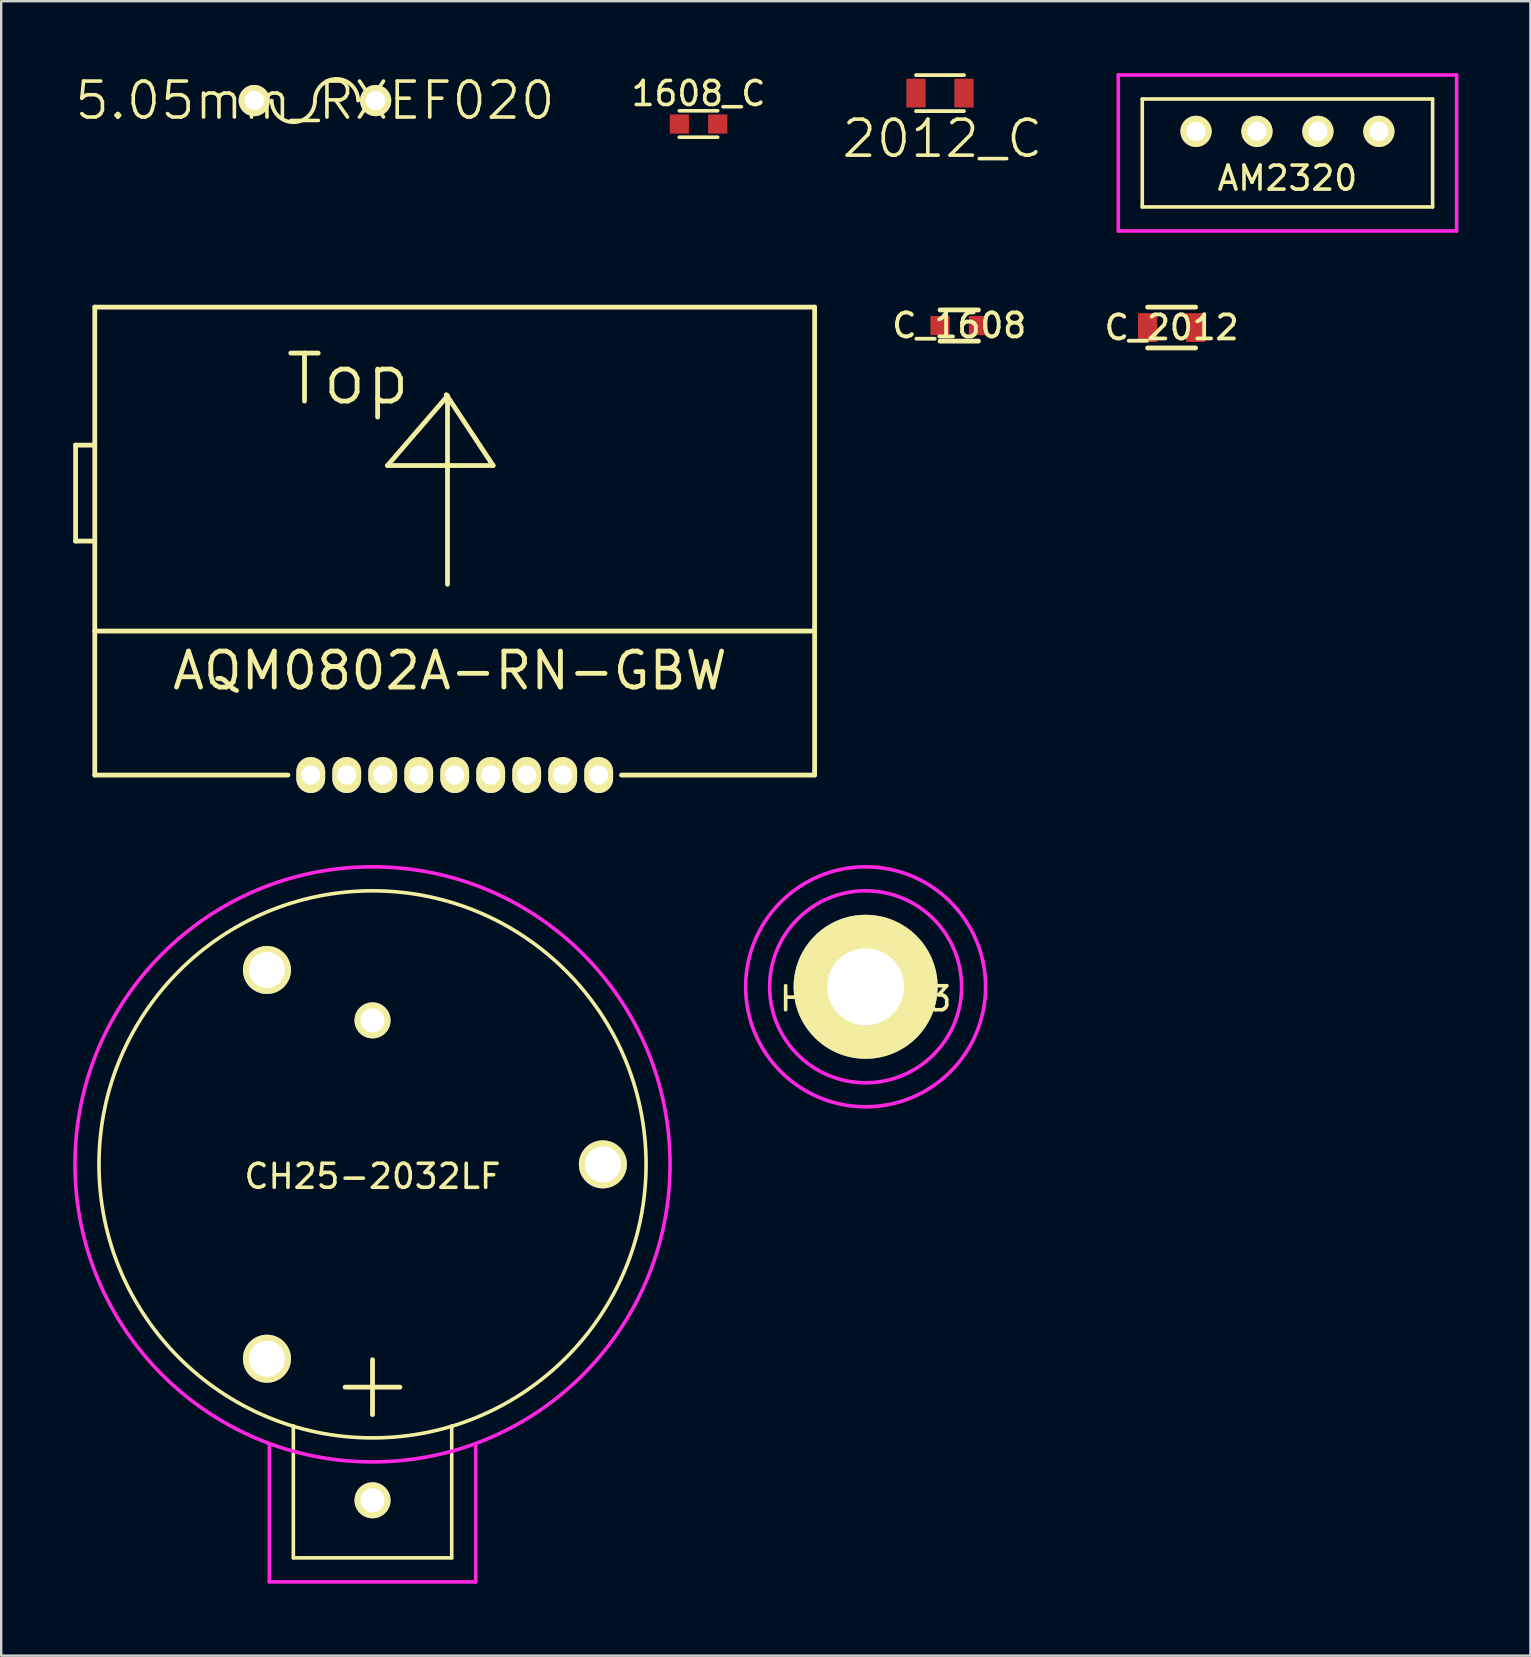
<source format=kicad_pcb>
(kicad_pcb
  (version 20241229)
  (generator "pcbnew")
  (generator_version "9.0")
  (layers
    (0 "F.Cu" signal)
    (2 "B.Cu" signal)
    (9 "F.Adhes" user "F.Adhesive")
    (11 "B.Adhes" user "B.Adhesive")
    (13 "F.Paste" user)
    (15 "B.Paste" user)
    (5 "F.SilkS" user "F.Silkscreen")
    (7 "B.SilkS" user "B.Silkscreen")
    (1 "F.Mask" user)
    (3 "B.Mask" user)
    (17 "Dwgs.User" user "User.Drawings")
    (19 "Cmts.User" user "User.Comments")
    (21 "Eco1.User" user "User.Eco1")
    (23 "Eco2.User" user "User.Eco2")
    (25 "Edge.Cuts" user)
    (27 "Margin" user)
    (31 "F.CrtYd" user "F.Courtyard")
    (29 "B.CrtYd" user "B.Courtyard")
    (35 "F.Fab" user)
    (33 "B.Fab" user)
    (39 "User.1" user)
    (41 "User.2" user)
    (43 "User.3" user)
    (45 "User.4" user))
  (footprint "2012_C"
    (layer "F.Cu")
    (at 36.125 0.83)
    (property "Reference" "2012_C" (at 0.1 1.9 0) (layer "F.SilkS") (effects (font (size 1.5 1.5) (thickness 0.15))))
    (attr through_hole)
    (fp_line (start -1 -0.75) (end 1 -0.75) (stroke (width 0.16) (type solid)) (layer "F.SilkS"))
    (fp_line (start -1 0.75) (end 1 0.75) (stroke (width 0.16) (type solid)) (layer "F.SilkS"))
    (pad "1" smd rect (at -1 0) (size 0.8 1.2) (layers "F.Cu" "F.Mask" "F.Paste"))
    (pad "2" smd rect (at 1 0) (size 0.8 1.2) (layers "F.Cu" "F.Mask" "F.Paste")))
  (footprint "HOLE-M3"
    (layer "F.Cu")
    (at 33.025 38.075)
    (property "Reference" "HOLE-M3" (at 0 0.5 0) (layer "F.SilkS") (effects (font (size 1 1) (thickness 0.15))))
    (attr through_hole)
    (fp_circle (center 0 0) (end 4 0) (stroke (width 0.15) (type solid)) (fill no) (layer "F.CrtYd"))
    (fp_circle (center 0 0) (end 5 0) (stroke (width 0.15) (type solid)) (fill no) (layer "F.CrtYd"))
    (pad "" np_thru_hole circle (at 0 0) (size 6 6) (drill 3.2) (layers "*.Cu" "*.Mask" "F.SilkS")))
  (footprint "CH25-2032LF"
    (layer "F.Cu")
    (at 12.475 45.475)
    (property "Reference" "CH25-2032LF" (at 0 0.5 0) (layer "F.SilkS") (effects (font (size 1 1) (thickness 0.15))))
    (attr through_hole)
    (fp_line (start -3.3 16.4) (end -3.3 10.9) (stroke (width 0.15) (type solid)) (layer "F.SilkS"))
    (fp_line (start -3.3 16.4) (end 3.3 16.4) (stroke (width 0.15) (type solid)) (layer "F.SilkS"))
    (fp_line (start 3.3 16.4) (end 3.3 10.9) (stroke (width 0.15) (type solid)) (layer "F.SilkS"))
    (fp_circle (center 0 0) (end 11.4 0) (stroke (width 0.15) (type solid)) (fill no) (layer "F.SilkS"))
    (fp_line (start -4.3 17.4) (end -4.3 11.65) (stroke (width 0.15) (type solid)) (layer "F.CrtYd"))
    (fp_line (start -4.3 17.4) (end 4.3 17.4) (stroke (width 0.15) (type solid)) (layer "F.CrtYd"))
    (fp_line (start 4.3 17.4) (end 4.3 11.65) (stroke (width 0.15) (type solid)) (layer "F.CrtYd"))
    (fp_circle (center 0 0) (end 12.4 0) (stroke (width 0.15) (type solid)) (fill no) (layer "F.CrtYd"))
    (fp_text user "+" (at 0 9.05 0) (layer "F.SilkS") (effects (font (size 3 3) (thickness 0.2))))
    (pad "" np_thru_hole circle (at -4.4 -8.1) (size 2 2) (drill 1.5) (layers "*.Cu" "*.Mask" "F.SilkS"))
    (pad "" np_thru_hole circle (at -4.4 8.1) (size 2 2) (drill 1.5) (layers "*.Cu" "*.Mask" "F.SilkS"))
    (pad "" np_thru_hole circle (at 9.6 0) (size 2 2) (drill 1.5) (layers "*.Cu" "*.Mask" "F.SilkS"))
    (pad "1" thru_hole circle (at 0 14) (size 1.5 1.5) (drill 1) (layers "*.Cu" "*.Mask" "F.SilkS"))
    (pad "2" thru_hole circle (at 0 -6) (size 1.5 1.5) (drill 1) (layers "*.Cu" "*.Mask" "F.SilkS")))
  (footprint "AM2320"
    (layer "F.Cu")
    (at 50.604 2.425)
    (property "Reference" "AM2320" (at 0 1.95 0) (layer "F.SilkS") (effects (font (size 1 1) (thickness 0.15))))
    (attr through_hole)
    (fp_line (start -6.05 -1.35) (end 6.05 -1.35) (stroke (width 0.15) (type solid)) (layer "F.SilkS"))
    (fp_line (start -6.05 3.15) (end -6.05 -1.35) (stroke (width 0.15) (type solid)) (layer "F.SilkS"))
    (fp_line (start 6.05 -1.35) (end 6.05 3.15) (stroke (width 0.15) (type solid)) (layer "F.SilkS"))
    (fp_line (start 6.05 3.15) (end -6.05 3.15) (stroke (width 0.15) (type solid)) (layer "F.SilkS"))
    (fp_line (start -7.05 -2.35) (end 7.05 -2.35) (stroke (width 0.15) (type solid)) (layer "F.CrtYd"))
    (fp_line (start -7.05 4.15) (end -7.05 -2.35) (stroke (width 0.15) (type solid)) (layer "F.CrtYd"))
    (fp_line (start 7.05 -2.35) (end 7.05 4.15) (stroke (width 0.15) (type solid)) (layer "F.CrtYd"))
    (fp_line (start 7.05 4.15) (end -7.05 4.15) (stroke (width 0.15) (type solid)) (layer "F.CrtYd"))
    (pad "1" thru_hole circle (at -3.81 0) (size 1.3 1.3) (drill 0.8) (layers "*.Cu" "*.Mask" "F.SilkS"))
    (pad "2" thru_hole circle (at -1.27 0) (size 1.3 1.3) (drill 0.8) (layers "*.Cu" "*.Mask" "F.SilkS"))
    (pad "3" thru_hole circle (at 1.27 0) (size 1.3 1.3) (drill 0.8) (layers "*.Cu" "*.Mask" "F.SilkS"))
    (pad "4" thru_hole circle (at 3.81 0) (size 1.3 1.3) (drill 0.8) (layers "*.Cu" "*.Mask" "F.SilkS")))
  (footprint "AQM0802A-RN-GBW"
    (layer "F.Cu")
    (at 0.9 29.25)
    (property "Reference" "AQM0802A-RN-GBW" (at 14.8 -4.35 0) (layer "F.SilkS") (effects (font (size 1.5 1.5) (thickness 0.2))))
    (attr through_hole)
    (fp_line (start -0.8 -13.75) (end 0 -13.75) (stroke (width 0.2) (type solid)) (layer "F.SilkS"))
    (fp_line (start -0.8 -9.75) (end -0.8 -13.75) (stroke (width 0.2) (type solid)) (layer "F.SilkS"))
    (fp_line (start 0 -19.5) (end 30 -19.5) (stroke (width 0.2) (type solid)) (layer "F.SilkS"))
    (fp_line (start 0 -9.75) (end -0.8 -9.75) (stroke (width 0.2) (type solid)) (layer "F.SilkS"))
    (fp_line (start 0 -6) (end 30 -6) (stroke (width 0.2) (type solid)) (layer "F.SilkS"))
    (fp_line (start 0 0) (end 0 -19.5) (stroke (width 0.2) (type solid)) (layer "F.SilkS"))
    (fp_line (start 0 0) (end 8.05 0) (stroke (width 0.2) (type solid)) (layer "F.SilkS"))
    (fp_line (start 12.2 -12.9) (end 16.6 -12.9) (stroke (width 0.2) (type solid)) (layer "F.SilkS"))
    (fp_line (start 14.7 -15.8) (end 12.2 -12.9) (stroke (width 0.2) (type solid)) (layer "F.SilkS"))
    (fp_line (start 14.7 -7.95) (end 14.7 -15.8) (stroke (width 0.2) (type solid)) (layer "F.SilkS"))
    (fp_line (start 16.6 -12.9) (end 14.65 -15.85) (stroke (width 0.2) (type solid)) (layer "F.SilkS"))
    (fp_line (start 30 -19.5) (end 30 0) (stroke (width 0.2) (type solid)) (layer "F.SilkS"))
    (fp_line (start 30 0) (end 21.95 0) (stroke (width 0.2) (type solid)) (layer "F.SilkS"))
    (fp_text user "Top" (at 10.55 -16.5 0) (layer "F.SilkS") (effects (font (size 2 2) (thickness 0.2))))
    (pad "1" thru_hole oval (at 9 0) (size 1.2 1.5) (drill 0.8) (layers "*.Cu" "*.Mask" "F.SilkS"))
    (pad "2" thru_hole oval (at 10.5 0) (size 1.2 1.5) (drill 0.8) (layers "*.Cu" "*.Mask" "F.SilkS"))
    (pad "3" thru_hole oval (at 12 0) (size 1.2 1.5) (drill 0.8) (layers "*.Cu" "*.Mask" "F.SilkS"))
    (pad "4" thru_hole oval (at 13.5 0) (size 1.2 1.5) (drill 0.8) (layers "*.Cu" "*.Mask" "F.SilkS"))
    (pad "5" thru_hole oval (at 15 0) (size 1.2 1.5) (drill 0.8) (layers "*.Cu" "*.Mask" "F.SilkS"))
    (pad "6" thru_hole oval (at 16.5 0) (size 1.2 1.5) (drill 0.8) (layers "*.Cu" "*.Mask" "F.SilkS"))
    (pad "7" thru_hole oval (at 18 0) (size 1.2 1.5) (drill 0.8) (layers "*.Cu" "*.Mask" "F.SilkS"))
    (pad "8" thru_hole oval (at 19.5 0) (size 1.2 1.5) (drill 0.8) (layers "*.Cu" "*.Mask" "F.SilkS"))
    (pad "9" thru_hole oval (at 21 0) (size 1.2 1.5) (drill 0.8) (layers "*.Cu" "*.Mask" "F.SilkS")))
  (footprint "C_2012"
    (layer "F.Cu")
    (at 45.777 10.6)
    (property "Reference" "C_2012" (at 0 0 0) (layer "F.SilkS") (effects (font (size 1 1) (thickness 0.16))))
    (attr through_hole)
    (fp_line (start -1 -0.85) (end 1 -0.85) (stroke (width 0.2) (type solid)) (layer "F.SilkS"))
    (fp_line (start -1 0.85) (end 1 0.85) (stroke (width 0.2) (type solid)) (layer "F.SilkS"))
    (pad "1" smd rect (at -1 0) (size 0.8 1.2) (layers "F.Cu" "F.Mask" "F.Paste"))
    (pad "2" smd rect (at 1 0) (size 0.8 1.2) (layers "F.Cu" "F.Mask" "F.Paste")))
  (footprint "C_1608"
    (layer "F.Cu")
    (at 36.926 10.516)
    (property "Reference" "C_1608" (at 0 0 0) (layer "F.SilkS") (effects (font (size 1 1) (thickness 0.16))))
    (attr through_hole)
    (fp_line (start -0.8 -0.65) (end 0.8 -0.65) (stroke (width 0.2) (type solid)) (layer "F.SilkS"))
    (fp_line (start -0.8 0.65) (end 0.8 0.65) (stroke (width 0.2) (type solid)) (layer "F.SilkS"))
    (pad "1" smd rect (at -0.8 0) (size 0.8 0.8) (layers "F.Cu" "F.Mask" "F.Paste"))
    (pad "2" smd rect (at 0.8 0) (size 0.8 0.8) (layers "F.Cu" "F.Mask" "F.Paste")))
  (footprint "5.05mm_RXEF020"
    (layer "F.Cu")
    (at 10.075 1.141)
    (property "Reference" "5.05mm_RXEF020" (at 0 0 0) (layer "F.SilkS") (effects (font (size 1.5 1.5) (thickness 0.15))))
    (attr through_hole)
    (fp_arc (start -0.9 0.9) (mid -1.536396 0.636396) (end -1.8 0) (stroke (width 0.16) (type solid)) (layer "F.SilkS"))
    (fp_arc (start 0 0) (mid -0.263604 0.636396) (end -0.9 0.9) (stroke (width 0.16) (type solid)) (layer "F.SilkS"))
    (fp_arc (start 0 0.05) (mid 0.228249 -0.601041) (end 0.85 -0.9) (stroke (width 0.16) (type solid)) (layer "F.SilkS"))
    (fp_arc (start 0.9 -0.9) (mid 1.536396 -0.636396) (end 1.8 0) (stroke (width 0.16) (type solid)) (layer "F.SilkS"))
    (pad "1" thru_hole circle (at -2.53 0) (size 1.3 1.3) (drill 0.8) (layers "*.Cu" "*.Mask" "F.SilkS"))
    (pad "2" thru_hole circle (at 2.53 0) (size 1.3 1.3) (drill 0.8) (layers "*.Cu" "*.Mask" "F.SilkS")))
  (footprint "1608_C"
    (layer "F.Cu")
    (at 26.061 2.118)
    (property "Reference" "1608_C" (at 0 -1.27 0) (layer "F.SilkS") (effects (font (size 1 1) (thickness 0.15))))
    (attr through_hole)
    (fp_line (start -0.8 -0.55) (end 0.8 -0.55) (stroke (width 0.15) (type solid)) (layer "F.SilkS"))
    (fp_line (start -0.8 0.55) (end 0.8 0.55) (stroke (width 0.15) (type solid)) (layer "F.SilkS"))
    (pad "1" smd rect (at -0.8 0) (size 0.8 0.8) (layers "F.Cu" "F.Mask" "F.Paste"))
    (pad "2" smd rect (at 0.8 0) (size 0.8 0.8) (layers "F.Cu" "F.Mask" "F.Paste")))
  (gr_rect
    (start -3 -3)
    (end 60.729 65.95)
    (stroke (width 0.1) (type default))
    (fill no)
    (layer "Edge.Cuts")))
</source>
